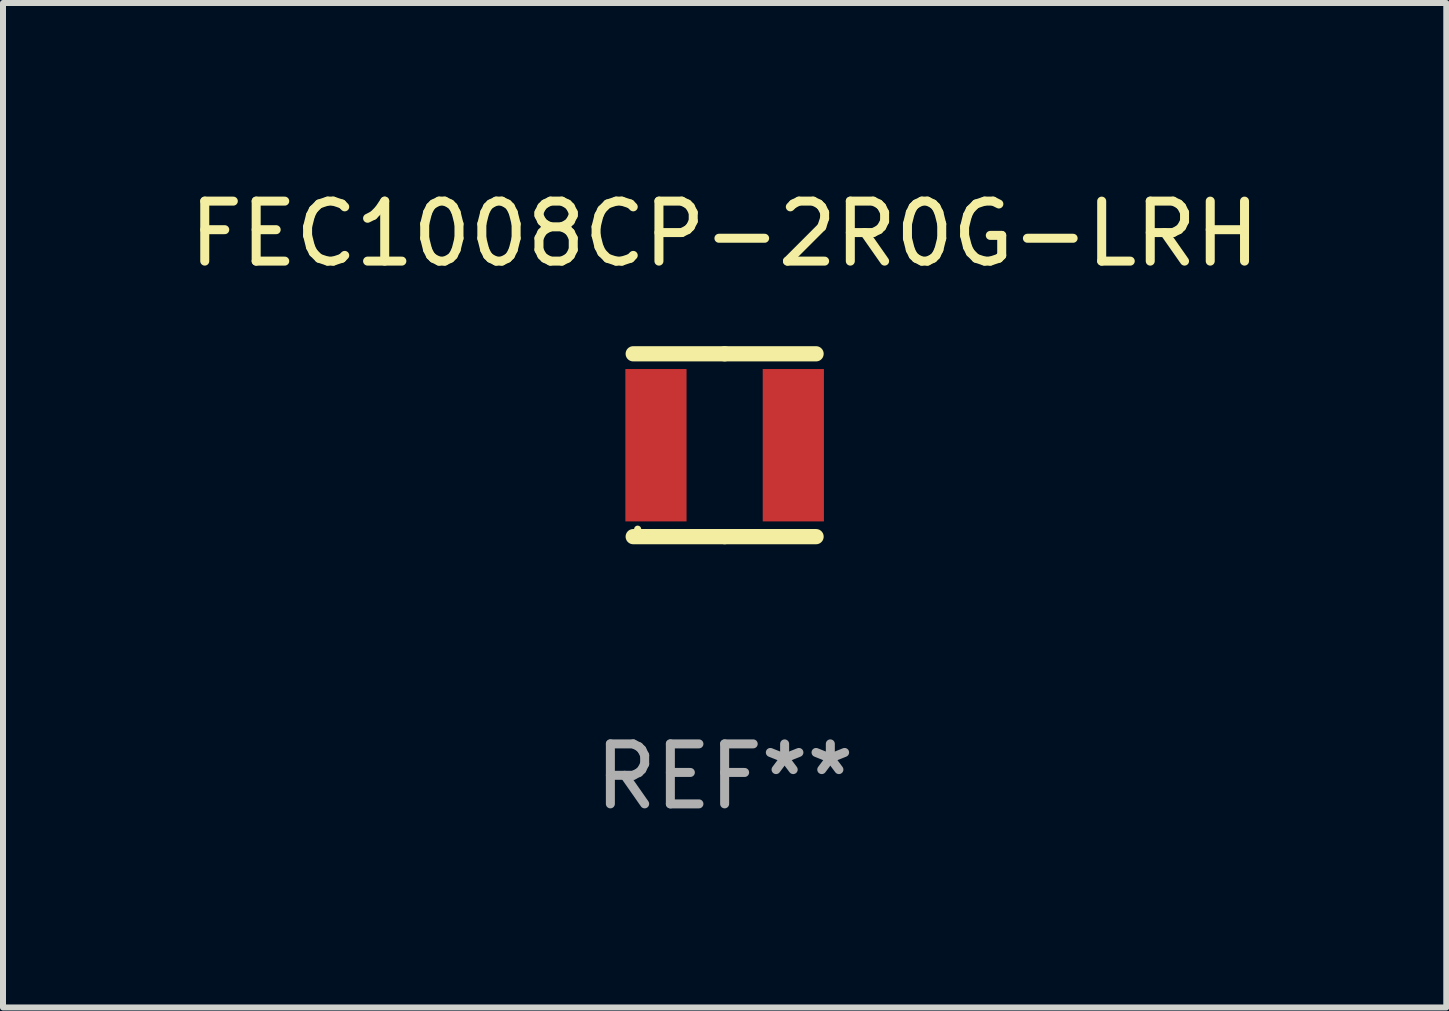
<source format=kicad_pcb>
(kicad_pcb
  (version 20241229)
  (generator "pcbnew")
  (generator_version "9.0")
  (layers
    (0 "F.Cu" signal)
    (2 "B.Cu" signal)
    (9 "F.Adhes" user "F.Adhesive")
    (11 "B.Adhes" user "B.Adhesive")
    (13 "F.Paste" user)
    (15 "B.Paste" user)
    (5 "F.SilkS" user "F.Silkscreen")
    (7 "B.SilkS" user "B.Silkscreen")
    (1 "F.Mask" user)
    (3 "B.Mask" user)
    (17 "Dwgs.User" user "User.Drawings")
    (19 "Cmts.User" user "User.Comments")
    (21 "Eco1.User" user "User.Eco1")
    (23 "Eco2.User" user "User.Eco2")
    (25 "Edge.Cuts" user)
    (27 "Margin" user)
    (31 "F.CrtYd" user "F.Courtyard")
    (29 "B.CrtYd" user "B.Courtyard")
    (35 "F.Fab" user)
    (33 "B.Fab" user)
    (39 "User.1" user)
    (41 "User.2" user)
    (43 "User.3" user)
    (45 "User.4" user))
  (footprint "FEC1008CP-2R0G-LRH"
    (layer "F.Cu")
    (at 9.03 4.372)
    (property "Reference" "FEC1008CP-2R0G-LRH" (at 0 -3.524 0) (layer "F.SilkS") (effects (font (size 1 1) (thickness 0.15))))
    (attr through_hole)
    (fp_line (start -1.524 -1.524) (end 0 -1.524) (stroke (width 0.254) (type solid)) (layer "F.SilkS"))
    (fp_line (start 0 -1.524) (end 1.524 -1.524) (stroke (width 0.254) (type solid)) (layer "F.SilkS"))
    (fp_line (start 0 1.524) (end -1.524 1.524) (stroke (width 0.254) (type solid)) (layer "F.SilkS"))
    (fp_line (start 1.524 1.524) (end 0 1.524) (stroke (width 0.254) (type solid)) (layer "F.SilkS"))
    (fp_circle (center -1.45 1.4) (end -1.42 1.4) (stroke (width 0.06) (type solid)) (fill no) (layer "F.SilkS"))
    (fp_text user "REF**" (at 0 5.524 0) (layer "F.Fab") (effects (font (size 1 1) (thickness 0.15))))
    (pad "1" smd rect (at -1.145 0) (size 1.02 2.54) (layers "F.Cu" "F.Mask" "F.Paste"))
    (pad "2" smd rect (at 1.145 0) (size 1.02 2.54) (layers "F.Cu" "F.Mask" "F.Paste")))
  (gr_rect
    (start -3 -3)
    (end 21.06 13.745)
    (stroke (width 0.1) (type default))
    (fill no)
    (layer "Edge.Cuts")))
</source>
